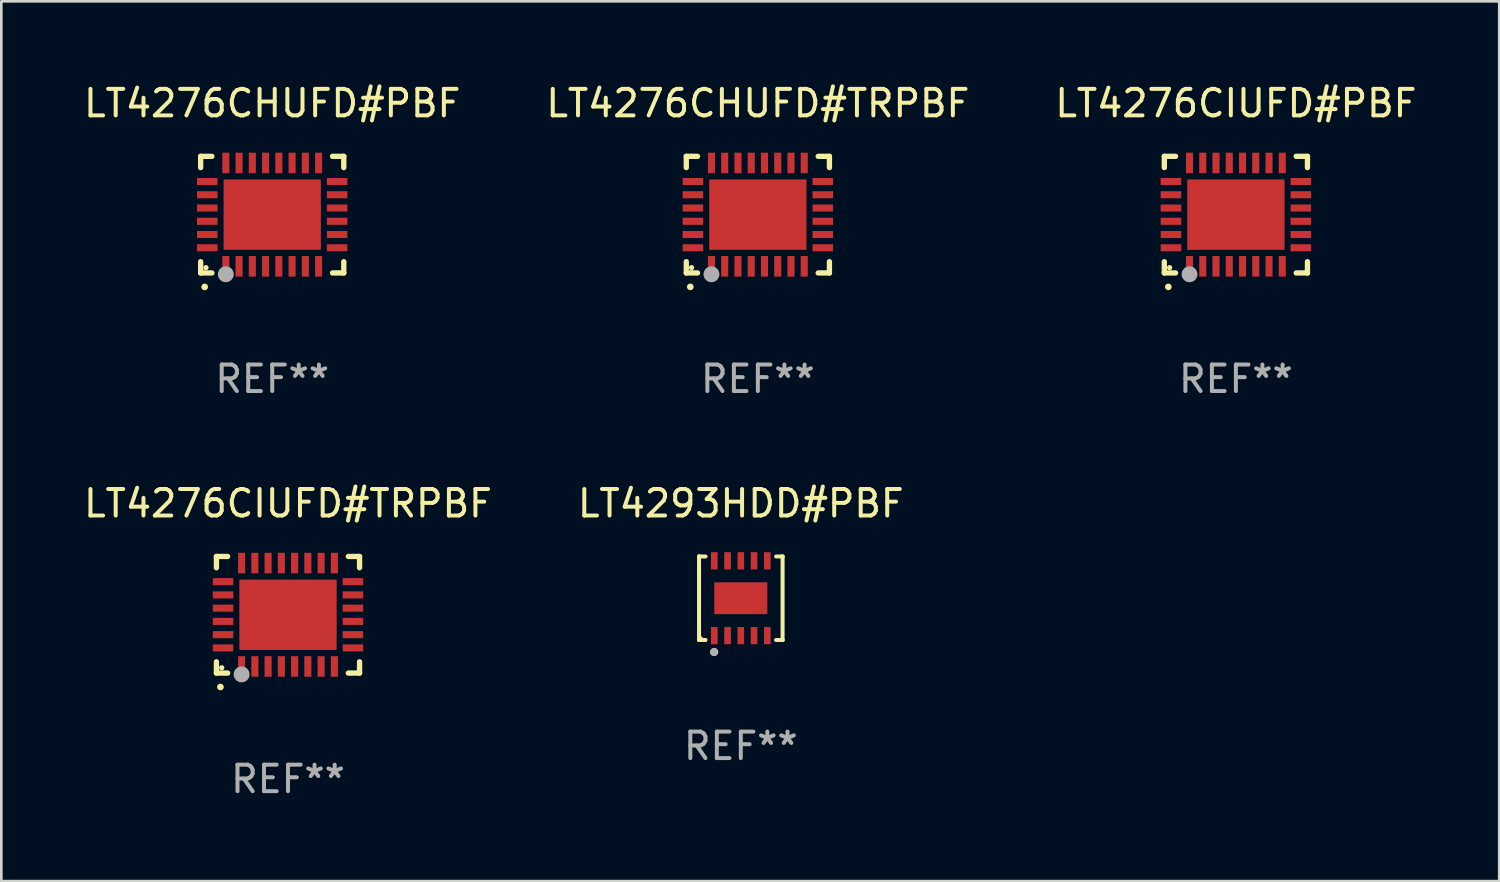
<source format=kicad_pcb>
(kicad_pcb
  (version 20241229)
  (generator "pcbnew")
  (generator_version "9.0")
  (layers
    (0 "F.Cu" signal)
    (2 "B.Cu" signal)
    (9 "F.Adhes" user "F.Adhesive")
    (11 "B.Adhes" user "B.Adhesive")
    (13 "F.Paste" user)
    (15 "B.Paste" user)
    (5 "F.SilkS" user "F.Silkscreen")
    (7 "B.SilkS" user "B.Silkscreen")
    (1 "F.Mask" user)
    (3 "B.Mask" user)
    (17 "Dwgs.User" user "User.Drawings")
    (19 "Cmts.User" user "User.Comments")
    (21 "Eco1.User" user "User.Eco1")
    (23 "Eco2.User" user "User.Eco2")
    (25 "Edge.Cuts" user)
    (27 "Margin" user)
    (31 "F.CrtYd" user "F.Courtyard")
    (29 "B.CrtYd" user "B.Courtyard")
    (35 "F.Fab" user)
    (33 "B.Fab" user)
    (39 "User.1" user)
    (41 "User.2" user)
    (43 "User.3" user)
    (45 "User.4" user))
  (footprint "LT4276CHUFD#PBF"
    (layer "F.Cu")
    (at 7.22 5.048)
    (property "Reference" "LT4276CHUFD#PBF" (at 0 -4.2 0) (layer "F.SilkS") (effects (font (size 1 1) (thickness 0.15))))
    (attr through_hole)
    (fp_line (start -2.7 -2.2) (end -2.276 -2.2) (stroke (width 0.201) (type solid)) (layer "F.SilkS"))
    (fp_line (start -2.7 -1.775) (end -2.7 -2.2) (stroke (width 0.201) (type solid)) (layer "F.SilkS"))
    (fp_line (start -2.7 2.2) (end -2.7 1.775) (stroke (width 0.201) (type solid)) (layer "F.SilkS"))
    (fp_line (start -2.276 2.2) (end -2.7 2.2) (stroke (width 0.201) (type solid)) (layer "F.SilkS"))
    (fp_line (start 2.276 2.2) (end 2.7 2.2) (stroke (width 0.201) (type solid)) (layer "F.SilkS"))
    (fp_line (start 2.7 -2.2) (end 2.276 -2.2) (stroke (width 0.201) (type solid)) (layer "F.SilkS"))
    (fp_line (start 2.7 -1.775) (end 2.7 -2.2) (stroke (width 0.201) (type solid)) (layer "F.SilkS"))
    (fp_line (start 2.7 2.2) (end 2.7 1.775) (stroke (width 0.201) (type solid)) (layer "F.SilkS"))
    (fp_arc (start -2.550165 2.725425) (mid -2.548895 2.725419) (end -2.547625 2.725425) (stroke (width 0.24892) (type solid)) (layer "F.SilkS"))
    (fp_circle (center -2.5 2) (end -2.45 2) (stroke (width 0.1) (type solid)) (fill no) (layer "F.SilkS"))
    (fp_circle (center -1.75 2.25) (end -1.6 2.25) (stroke (width 0.3) (type solid)) (fill no) (layer "F.Fab"))
    (fp_text user "REF**" (at 0 6.2 0) (layer "F.Fab") (effects (font (size 1 1) (thickness 0.15))))
    (pad "1" smd rect (at -1.75 1.95) (size 0.267 0.775) (layers "F.Cu" "F.Mask" "F.Paste"))
    (pad "2" smd rect (at -1.25 1.95) (size 0.267 0.775) (layers "F.Cu" "F.Mask" "F.Paste"))
    (pad "3" smd rect (at -0.75 1.95) (size 0.267 0.775) (layers "F.Cu" "F.Mask" "F.Paste"))
    (pad "4" smd rect (at -0.25 1.95) (size 0.267 0.775) (layers "F.Cu" "F.Mask" "F.Paste"))
    (pad "5" smd rect (at 0.25 1.95) (size 0.267 0.775) (layers "F.Cu" "F.Mask" "F.Paste"))
    (pad "6" smd rect (at 0.75 1.95) (size 0.267 0.775) (layers "F.Cu" "F.Mask" "F.Paste"))
    (pad "7" smd rect (at 1.25 1.95) (size 0.267 0.775) (layers "F.Cu" "F.Mask" "F.Paste"))
    (pad "8" smd rect (at 1.75 1.95) (size 0.267 0.775) (layers "F.Cu" "F.Mask" "F.Paste"))
    (pad "9" smd rect (at 2.45 1.25) (size 0.775 0.267) (layers "F.Cu" "F.Mask" "F.Paste"))
    (pad "10" smd rect (at 2.45 0.75) (size 0.775 0.267) (layers "F.Cu" "F.Mask" "F.Paste"))
    (pad "11" smd rect (at 2.45 0.25) (size 0.775 0.267) (layers "F.Cu" "F.Mask" "F.Paste"))
    (pad "12" smd rect (at 2.45 -0.25) (size 0.775 0.267) (layers "F.Cu" "F.Mask" "F.Paste"))
    (pad "13" smd rect (at 2.45 -0.75) (size 0.775 0.267) (layers "F.Cu" "F.Mask" "F.Paste"))
    (pad "14" smd rect (at 2.45 -1.25) (size 0.775 0.267) (layers "F.Cu" "F.Mask" "F.Paste"))
    (pad "15" smd rect (at 1.75 -1.95) (size 0.267 0.775) (layers "F.Cu" "F.Mask" "F.Paste"))
    (pad "16" smd rect (at 1.25 -1.95) (size 0.267 0.775) (layers "F.Cu" "F.Mask" "F.Paste"))
    (pad "17" smd rect (at 0.75 -1.95) (size 0.267 0.775) (layers "F.Cu" "F.Mask" "F.Paste"))
    (pad "18" smd rect (at 0.25 -1.95) (size 0.267 0.775) (layers "F.Cu" "F.Mask" "F.Paste"))
    (pad "19" smd rect (at -0.25 -1.95) (size 0.267 0.775) (layers "F.Cu" "F.Mask" "F.Paste"))
    (pad "20" smd rect (at -0.75 -1.95) (size 0.267 0.775) (layers "F.Cu" "F.Mask" "F.Paste"))
    (pad "21" smd rect (at -1.25 -1.95) (size 0.267 0.775) (layers "F.Cu" "F.Mask" "F.Paste"))
    (pad "22" smd rect (at -1.75 -1.95) (size 0.267 0.775) (layers "F.Cu" "F.Mask" "F.Paste"))
    (pad "23" smd rect (at -2.45 -1.25) (size 0.775 0.267) (layers "F.Cu" "F.Mask" "F.Paste"))
    (pad "24" smd rect (at -2.45 -0.75) (size 0.775 0.267) (layers "F.Cu" "F.Mask" "F.Paste"))
    (pad "25" smd rect (at -2.45 -0.25) (size 0.775 0.267) (layers "F.Cu" "F.Mask" "F.Paste"))
    (pad "26" smd rect (at -2.45 0.25) (size 0.775 0.267) (layers "F.Cu" "F.Mask" "F.Paste"))
    (pad "27" smd rect (at -2.45 0.75) (size 0.775 0.267) (layers "F.Cu" "F.Mask" "F.Paste"))
    (pad "28" smd rect (at -2.45 1.25) (size 0.775 0.267) (layers "F.Cu" "F.Mask" "F.Paste"))
    (pad "29" smd rect (at 0.000127 0.000127) (size 3.67 2.654) (layers "F.Cu" "F.Mask" "F.Paste")))
  (footprint "LT4276CIUFD#PBF"
    (layer "F.Cu")
    (at 43.577 5.048)
    (property "Reference" "LT4276CIUFD#PBF" (at 0 -4.2 0) (layer "F.SilkS") (effects (font (size 1 1) (thickness 0.15))))
    (attr through_hole)
    (fp_line (start -2.7 -2.2) (end -2.276 -2.2) (stroke (width 0.201) (type solid)) (layer "F.SilkS"))
    (fp_line (start -2.7 -1.775) (end -2.7 -2.2) (stroke (width 0.201) (type solid)) (layer "F.SilkS"))
    (fp_line (start -2.7 2.2) (end -2.7 1.775) (stroke (width 0.201) (type solid)) (layer "F.SilkS"))
    (fp_line (start -2.276 2.2) (end -2.7 2.2) (stroke (width 0.201) (type solid)) (layer "F.SilkS"))
    (fp_line (start 2.276 2.2) (end 2.7 2.2) (stroke (width 0.201) (type solid)) (layer "F.SilkS"))
    (fp_line (start 2.7 -2.2) (end 2.276 -2.2) (stroke (width 0.201) (type solid)) (layer "F.SilkS"))
    (fp_line (start 2.7 -1.775) (end 2.7 -2.2) (stroke (width 0.201) (type solid)) (layer "F.SilkS"))
    (fp_line (start 2.7 2.2) (end 2.7 1.775) (stroke (width 0.201) (type solid)) (layer "F.SilkS"))
    (fp_arc (start -2.550165 2.725425) (mid -2.548895 2.725419) (end -2.547625 2.725425) (stroke (width 0.24892) (type solid)) (layer "F.SilkS"))
    (fp_circle (center -2.5 2) (end -2.45 2) (stroke (width 0.1) (type solid)) (fill no) (layer "F.SilkS"))
    (fp_circle (center -1.75 2.25) (end -1.6 2.25) (stroke (width 0.3) (type solid)) (fill no) (layer "F.Fab"))
    (fp_text user "REF**" (at 0 6.2 0) (layer "F.Fab") (effects (font (size 1 1) (thickness 0.15))))
    (pad "1" smd rect (at -1.75 1.95) (size 0.267 0.775) (layers "F.Cu" "F.Mask" "F.Paste"))
    (pad "2" smd rect (at -1.25 1.95) (size 0.267 0.775) (layers "F.Cu" "F.Mask" "F.Paste"))
    (pad "3" smd rect (at -0.75 1.95) (size 0.267 0.775) (layers "F.Cu" "F.Mask" "F.Paste"))
    (pad "4" smd rect (at -0.25 1.95) (size 0.267 0.775) (layers "F.Cu" "F.Mask" "F.Paste"))
    (pad "5" smd rect (at 0.25 1.95) (size 0.267 0.775) (layers "F.Cu" "F.Mask" "F.Paste"))
    (pad "6" smd rect (at 0.75 1.95) (size 0.267 0.775) (layers "F.Cu" "F.Mask" "F.Paste"))
    (pad "7" smd rect (at 1.25 1.95) (size 0.267 0.775) (layers "F.Cu" "F.Mask" "F.Paste"))
    (pad "8" smd rect (at 1.75 1.95) (size 0.267 0.775) (layers "F.Cu" "F.Mask" "F.Paste"))
    (pad "9" smd rect (at 2.45 1.25) (size 0.775 0.267) (layers "F.Cu" "F.Mask" "F.Paste"))
    (pad "10" smd rect (at 2.45 0.75) (size 0.775 0.267) (layers "F.Cu" "F.Mask" "F.Paste"))
    (pad "11" smd rect (at 2.45 0.25) (size 0.775 0.267) (layers "F.Cu" "F.Mask" "F.Paste"))
    (pad "12" smd rect (at 2.45 -0.25) (size 0.775 0.267) (layers "F.Cu" "F.Mask" "F.Paste"))
    (pad "13" smd rect (at 2.45 -0.75) (size 0.775 0.267) (layers "F.Cu" "F.Mask" "F.Paste"))
    (pad "14" smd rect (at 2.45 -1.25) (size 0.775 0.267) (layers "F.Cu" "F.Mask" "F.Paste"))
    (pad "15" smd rect (at 1.75 -1.95) (size 0.267 0.775) (layers "F.Cu" "F.Mask" "F.Paste"))
    (pad "16" smd rect (at 1.25 -1.95) (size 0.267 0.775) (layers "F.Cu" "F.Mask" "F.Paste"))
    (pad "17" smd rect (at 0.75 -1.95) (size 0.267 0.775) (layers "F.Cu" "F.Mask" "F.Paste"))
    (pad "18" smd rect (at 0.25 -1.95) (size 0.267 0.775) (layers "F.Cu" "F.Mask" "F.Paste"))
    (pad "19" smd rect (at -0.25 -1.95) (size 0.267 0.775) (layers "F.Cu" "F.Mask" "F.Paste"))
    (pad "20" smd rect (at -0.75 -1.95) (size 0.267 0.775) (layers "F.Cu" "F.Mask" "F.Paste"))
    (pad "21" smd rect (at -1.25 -1.95) (size 0.267 0.775) (layers "F.Cu" "F.Mask" "F.Paste"))
    (pad "22" smd rect (at -1.75 -1.95) (size 0.267 0.775) (layers "F.Cu" "F.Mask" "F.Paste"))
    (pad "23" smd rect (at -2.45 -1.25) (size 0.775 0.267) (layers "F.Cu" "F.Mask" "F.Paste"))
    (pad "24" smd rect (at -2.45 -0.75) (size 0.775 0.267) (layers "F.Cu" "F.Mask" "F.Paste"))
    (pad "25" smd rect (at -2.45 -0.25) (size 0.775 0.267) (layers "F.Cu" "F.Mask" "F.Paste"))
    (pad "26" smd rect (at -2.45 0.25) (size 0.775 0.267) (layers "F.Cu" "F.Mask" "F.Paste"))
    (pad "27" smd rect (at -2.45 0.75) (size 0.775 0.267) (layers "F.Cu" "F.Mask" "F.Paste"))
    (pad "28" smd rect (at -2.45 1.25) (size 0.775 0.267) (layers "F.Cu" "F.Mask" "F.Paste"))
    (pad "29" smd rect (at 0.000127 0.000127) (size 3.67 2.654) (layers "F.Cu" "F.Mask" "F.Paste")))
  (footprint "LT4293HDD#PBF"
    (layer "F.Cu")
    (at 24.899 19.52)
    (property "Reference" "LT4293HDD#PBF" (at 0 -3.576 0) (layer "F.SilkS") (effects (font (size 1 1) (thickness 0.15))))
    (attr through_hole)
    (fp_line (start -1.576 -1.576) (end -1.576 -1.576) (stroke (width 0.152) (type solid)) (layer "F.SilkS"))
    (fp_line (start -1.576 -1.576) (end -1.331 -1.576) (stroke (width 0.152) (type solid)) (layer "F.SilkS"))
    (fp_line (start -1.576 1.576) (end -1.576 -1.576) (stroke (width 0.152) (type solid)) (layer "F.SilkS"))
    (fp_line (start -1.576 1.576) (end -1.576 1.576) (stroke (width 0.152) (type solid)) (layer "F.SilkS"))
    (fp_line (start -1.331 1.576) (end -1.576 1.576) (stroke (width 0.152) (type solid)) (layer "F.SilkS"))
    (fp_line (start 1.331 1.576) (end 1.576 1.576) (stroke (width 0.152) (type solid)) (layer "F.SilkS"))
    (fp_line (start 1.576 -1.576) (end 1.331 -1.576) (stroke (width 0.152) (type solid)) (layer "F.SilkS"))
    (fp_line (start 1.576 -1.576) (end 1.576 -1.576) (stroke (width 0.152) (type solid)) (layer "F.SilkS"))
    (fp_line (start 1.576 1.576) (end 1.576 -1.576) (stroke (width 0.152) (type solid)) (layer "F.SilkS"))
    (fp_line (start 1.576 1.576) (end 1.576 1.576) (stroke (width 0.152) (type solid)) (layer "F.SilkS"))
    (fp_circle (center -1.5 1.5) (end -1.47 1.5) (stroke (width 0.06) (type solid)) (fill no) (layer "F.SilkS"))
    (fp_circle (center -1 2.028) (end -0.925 2.028) (stroke (width 0.15) (type solid)) (fill no) (layer "F.SilkS"))
    (fp_circle (center -1.016 2.032) (end -0.941 2.032) (stroke (width 0.15) (type solid)) (fill no) (layer "F.Fab"))
    (fp_text user "REF**" (at 0 5.576 0) (layer "F.Fab") (effects (font (size 1 1) (thickness 0.15))))
    (pad "1" smd rect (at -1 1.411) (size 0.25 0.65) (layers "F.Cu" "F.Mask" "F.Paste"))
    (pad "2" smd rect (at -0.5 1.411) (size 0.25 0.65) (layers "F.Cu" "F.Mask" "F.Paste"))
    (pad "3" smd rect (at 0 1.411) (size 0.25 0.65) (layers "F.Cu" "F.Mask" "F.Paste"))
    (pad "4" smd rect (at 0.5 1.411) (size 0.25 0.65) (layers "F.Cu" "F.Mask" "F.Paste"))
    (pad "5" smd rect (at 1 1.411) (size 0.25 0.65) (layers "F.Cu" "F.Mask" "F.Paste"))
    (pad "6" smd rect (at 1 -1.411) (size 0.25 0.65) (layers "F.Cu" "F.Mask" "F.Paste"))
    (pad "7" smd rect (at 0.5 -1.411) (size 0.25 0.65) (layers "F.Cu" "F.Mask" "F.Paste"))
    (pad "8" smd rect (at 0 -1.411) (size 0.25 0.65) (layers "F.Cu" "F.Mask" "F.Paste"))
    (pad "9" smd rect (at -0.5 -1.411) (size 0.25 0.65) (layers "F.Cu" "F.Mask" "F.Paste"))
    (pad "10" smd rect (at -1 -1.411) (size 0.25 0.65) (layers "F.Cu" "F.Mask" "F.Paste"))
    (pad "11" smd rect (at 0 0) (size 2 1.2) (layers "F.Cu" "F.Mask" "F.Paste")))
  (footprint "LT4276CIUFD#TRPBF"
    (layer "F.Cu")
    (at 7.815 20.144)
    (property "Reference" "LT4276CIUFD#TRPBF" (at 0 -4.2 0) (layer "F.SilkS") (effects (font (size 1 1) (thickness 0.15))))
    (attr through_hole)
    (fp_line (start -2.7 -2.2) (end -2.276 -2.2) (stroke (width 0.201) (type solid)) (layer "F.SilkS"))
    (fp_line (start -2.7 -1.775) (end -2.7 -2.2) (stroke (width 0.201) (type solid)) (layer "F.SilkS"))
    (fp_line (start -2.7 2.2) (end -2.7 1.775) (stroke (width 0.201) (type solid)) (layer "F.SilkS"))
    (fp_line (start -2.276 2.2) (end -2.7 2.2) (stroke (width 0.201) (type solid)) (layer "F.SilkS"))
    (fp_line (start 2.276 2.2) (end 2.7 2.2) (stroke (width 0.201) (type solid)) (layer "F.SilkS"))
    (fp_line (start 2.7 -2.2) (end 2.276 -2.2) (stroke (width 0.201) (type solid)) (layer "F.SilkS"))
    (fp_line (start 2.7 -1.775) (end 2.7 -2.2) (stroke (width 0.201) (type solid)) (layer "F.SilkS"))
    (fp_line (start 2.7 2.2) (end 2.7 1.775) (stroke (width 0.201) (type solid)) (layer "F.SilkS"))
    (fp_arc (start -2.550165 2.725425) (mid -2.548895 2.725419) (end -2.547625 2.725425) (stroke (width 0.24892) (type solid)) (layer "F.SilkS"))
    (fp_circle (center -2.5 2) (end -2.45 2) (stroke (width 0.1) (type solid)) (fill no) (layer "F.SilkS"))
    (fp_circle (center -1.75 2.25) (end -1.6 2.25) (stroke (width 0.3) (type solid)) (fill no) (layer "F.Fab"))
    (fp_text user "REF**" (at 0 6.2 0) (layer "F.Fab") (effects (font (size 1 1) (thickness 0.15))))
    (pad "1" smd rect (at -1.75 1.95) (size 0.267 0.775) (layers "F.Cu" "F.Mask" "F.Paste"))
    (pad "2" smd rect (at -1.25 1.95) (size 0.267 0.775) (layers "F.Cu" "F.Mask" "F.Paste"))
    (pad "3" smd rect (at -0.75 1.95) (size 0.267 0.775) (layers "F.Cu" "F.Mask" "F.Paste"))
    (pad "4" smd rect (at -0.25 1.95) (size 0.267 0.775) (layers "F.Cu" "F.Mask" "F.Paste"))
    (pad "5" smd rect (at 0.25 1.95) (size 0.267 0.775) (layers "F.Cu" "F.Mask" "F.Paste"))
    (pad "6" smd rect (at 0.75 1.95) (size 0.267 0.775) (layers "F.Cu" "F.Mask" "F.Paste"))
    (pad "7" smd rect (at 1.25 1.95) (size 0.267 0.775) (layers "F.Cu" "F.Mask" "F.Paste"))
    (pad "8" smd rect (at 1.75 1.95) (size 0.267 0.775) (layers "F.Cu" "F.Mask" "F.Paste"))
    (pad "9" smd rect (at 2.45 1.25) (size 0.775 0.267) (layers "F.Cu" "F.Mask" "F.Paste"))
    (pad "10" smd rect (at 2.45 0.75) (size 0.775 0.267) (layers "F.Cu" "F.Mask" "F.Paste"))
    (pad "11" smd rect (at 2.45 0.25) (size 0.775 0.267) (layers "F.Cu" "F.Mask" "F.Paste"))
    (pad "12" smd rect (at 2.45 -0.25) (size 0.775 0.267) (layers "F.Cu" "F.Mask" "F.Paste"))
    (pad "13" smd rect (at 2.45 -0.75) (size 0.775 0.267) (layers "F.Cu" "F.Mask" "F.Paste"))
    (pad "14" smd rect (at 2.45 -1.25) (size 0.775 0.267) (layers "F.Cu" "F.Mask" "F.Paste"))
    (pad "15" smd rect (at 1.75 -1.95) (size 0.267 0.775) (layers "F.Cu" "F.Mask" "F.Paste"))
    (pad "16" smd rect (at 1.25 -1.95) (size 0.267 0.775) (layers "F.Cu" "F.Mask" "F.Paste"))
    (pad "17" smd rect (at 0.75 -1.95) (size 0.267 0.775) (layers "F.Cu" "F.Mask" "F.Paste"))
    (pad "18" smd rect (at 0.25 -1.95) (size 0.267 0.775) (layers "F.Cu" "F.Mask" "F.Paste"))
    (pad "19" smd rect (at -0.25 -1.95) (size 0.267 0.775) (layers "F.Cu" "F.Mask" "F.Paste"))
    (pad "20" smd rect (at -0.75 -1.95) (size 0.267 0.775) (layers "F.Cu" "F.Mask" "F.Paste"))
    (pad "21" smd rect (at -1.25 -1.95) (size 0.267 0.775) (layers "F.Cu" "F.Mask" "F.Paste"))
    (pad "22" smd rect (at -1.75 -1.95) (size 0.267 0.775) (layers "F.Cu" "F.Mask" "F.Paste"))
    (pad "23" smd rect (at -2.45 -1.25) (size 0.775 0.267) (layers "F.Cu" "F.Mask" "F.Paste"))
    (pad "24" smd rect (at -2.45 -0.75) (size 0.775 0.267) (layers "F.Cu" "F.Mask" "F.Paste"))
    (pad "25" smd rect (at -2.45 -0.25) (size 0.775 0.267) (layers "F.Cu" "F.Mask" "F.Paste"))
    (pad "26" smd rect (at -2.45 0.25) (size 0.775 0.267) (layers "F.Cu" "F.Mask" "F.Paste"))
    (pad "27" smd rect (at -2.45 0.75) (size 0.775 0.267) (layers "F.Cu" "F.Mask" "F.Paste"))
    (pad "28" smd rect (at -2.45 1.25) (size 0.775 0.267) (layers "F.Cu" "F.Mask" "F.Paste"))
    (pad "29" smd rect (at 0.000127 0.000127) (size 3.67 2.654) (layers "F.Cu" "F.Mask" "F.Paste")))
  (footprint "LT4276CHUFD#TRPBF"
    (layer "F.Cu")
    (at 25.542 5.048)
    (property "Reference" "LT4276CHUFD#TRPBF" (at 0 -4.2 0) (layer "F.SilkS") (effects (font (size 1 1) (thickness 0.15))))
    (attr through_hole)
    (fp_line (start -2.7 -2.2) (end -2.276 -2.2) (stroke (width 0.201) (type solid)) (layer "F.SilkS"))
    (fp_line (start -2.7 -1.775) (end -2.7 -2.2) (stroke (width 0.201) (type solid)) (layer "F.SilkS"))
    (fp_line (start -2.7 2.2) (end -2.7 1.775) (stroke (width 0.201) (type solid)) (layer "F.SilkS"))
    (fp_line (start -2.276 2.2) (end -2.7 2.2) (stroke (width 0.201) (type solid)) (layer "F.SilkS"))
    (fp_line (start 2.276 2.2) (end 2.7 2.2) (stroke (width 0.201) (type solid)) (layer "F.SilkS"))
    (fp_line (start 2.7 -2.2) (end 2.276 -2.2) (stroke (width 0.201) (type solid)) (layer "F.SilkS"))
    (fp_line (start 2.7 -1.775) (end 2.7 -2.2) (stroke (width 0.201) (type solid)) (layer "F.SilkS"))
    (fp_line (start 2.7 2.2) (end 2.7 1.775) (stroke (width 0.201) (type solid)) (layer "F.SilkS"))
    (fp_arc (start -2.550165 2.725425) (mid -2.548895 2.725419) (end -2.547625 2.725425) (stroke (width 0.24892) (type solid)) (layer "F.SilkS"))
    (fp_circle (center -2.5 2) (end -2.45 2) (stroke (width 0.1) (type solid)) (fill no) (layer "F.SilkS"))
    (fp_circle (center -1.75 2.25) (end -1.6 2.25) (stroke (width 0.3) (type solid)) (fill no) (layer "F.Fab"))
    (fp_text user "REF**" (at 0 6.2 0) (layer "F.Fab") (effects (font (size 1 1) (thickness 0.15))))
    (pad "1" smd rect (at -1.75 1.95) (size 0.267 0.775) (layers "F.Cu" "F.Mask" "F.Paste"))
    (pad "2" smd rect (at -1.25 1.95) (size 0.267 0.775) (layers "F.Cu" "F.Mask" "F.Paste"))
    (pad "3" smd rect (at -0.75 1.95) (size 0.267 0.775) (layers "F.Cu" "F.Mask" "F.Paste"))
    (pad "4" smd rect (at -0.25 1.95) (size 0.267 0.775) (layers "F.Cu" "F.Mask" "F.Paste"))
    (pad "5" smd rect (at 0.25 1.95) (size 0.267 0.775) (layers "F.Cu" "F.Mask" "F.Paste"))
    (pad "6" smd rect (at 0.75 1.95) (size 0.267 0.775) (layers "F.Cu" "F.Mask" "F.Paste"))
    (pad "7" smd rect (at 1.25 1.95) (size 0.267 0.775) (layers "F.Cu" "F.Mask" "F.Paste"))
    (pad "8" smd rect (at 1.75 1.95) (size 0.267 0.775) (layers "F.Cu" "F.Mask" "F.Paste"))
    (pad "9" smd rect (at 2.45 1.25) (size 0.775 0.267) (layers "F.Cu" "F.Mask" "F.Paste"))
    (pad "10" smd rect (at 2.45 0.75) (size 0.775 0.267) (layers "F.Cu" "F.Mask" "F.Paste"))
    (pad "11" smd rect (at 2.45 0.25) (size 0.775 0.267) (layers "F.Cu" "F.Mask" "F.Paste"))
    (pad "12" smd rect (at 2.45 -0.25) (size 0.775 0.267) (layers "F.Cu" "F.Mask" "F.Paste"))
    (pad "13" smd rect (at 2.45 -0.75) (size 0.775 0.267) (layers "F.Cu" "F.Mask" "F.Paste"))
    (pad "14" smd rect (at 2.45 -1.25) (size 0.775 0.267) (layers "F.Cu" "F.Mask" "F.Paste"))
    (pad "15" smd rect (at 1.75 -1.95) (size 0.267 0.775) (layers "F.Cu" "F.Mask" "F.Paste"))
    (pad "16" smd rect (at 1.25 -1.95) (size 0.267 0.775) (layers "F.Cu" "F.Mask" "F.Paste"))
    (pad "17" smd rect (at 0.75 -1.95) (size 0.267 0.775) (layers "F.Cu" "F.Mask" "F.Paste"))
    (pad "18" smd rect (at 0.25 -1.95) (size 0.267 0.775) (layers "F.Cu" "F.Mask" "F.Paste"))
    (pad "19" smd rect (at -0.25 -1.95) (size 0.267 0.775) (layers "F.Cu" "F.Mask" "F.Paste"))
    (pad "20" smd rect (at -0.75 -1.95) (size 0.267 0.775) (layers "F.Cu" "F.Mask" "F.Paste"))
    (pad "21" smd rect (at -1.25 -1.95) (size 0.267 0.775) (layers "F.Cu" "F.Mask" "F.Paste"))
    (pad "22" smd rect (at -1.75 -1.95) (size 0.267 0.775) (layers "F.Cu" "F.Mask" "F.Paste"))
    (pad "23" smd rect (at -2.45 -1.25) (size 0.775 0.267) (layers "F.Cu" "F.Mask" "F.Paste"))
    (pad "24" smd rect (at -2.45 -0.75) (size 0.775 0.267) (layers "F.Cu" "F.Mask" "F.Paste"))
    (pad "25" smd rect (at -2.45 -0.25) (size 0.775 0.267) (layers "F.Cu" "F.Mask" "F.Paste"))
    (pad "26" smd rect (at -2.45 0.25) (size 0.775 0.267) (layers "F.Cu" "F.Mask" "F.Paste"))
    (pad "27" smd rect (at -2.45 0.75) (size 0.775 0.267) (layers "F.Cu" "F.Mask" "F.Paste"))
    (pad "28" smd rect (at -2.45 1.25) (size 0.775 0.267) (layers "F.Cu" "F.Mask" "F.Paste"))
    (pad "29" smd rect (at 0.000127 0.000127) (size 3.67 2.654) (layers "F.Cu" "F.Mask" "F.Paste")))
  (gr_rect
    (start -3 -3)
    (end 53.512 30.192)
    (stroke (width 0.1) (type default))
    (fill no)
    (layer "Edge.Cuts")))
</source>
